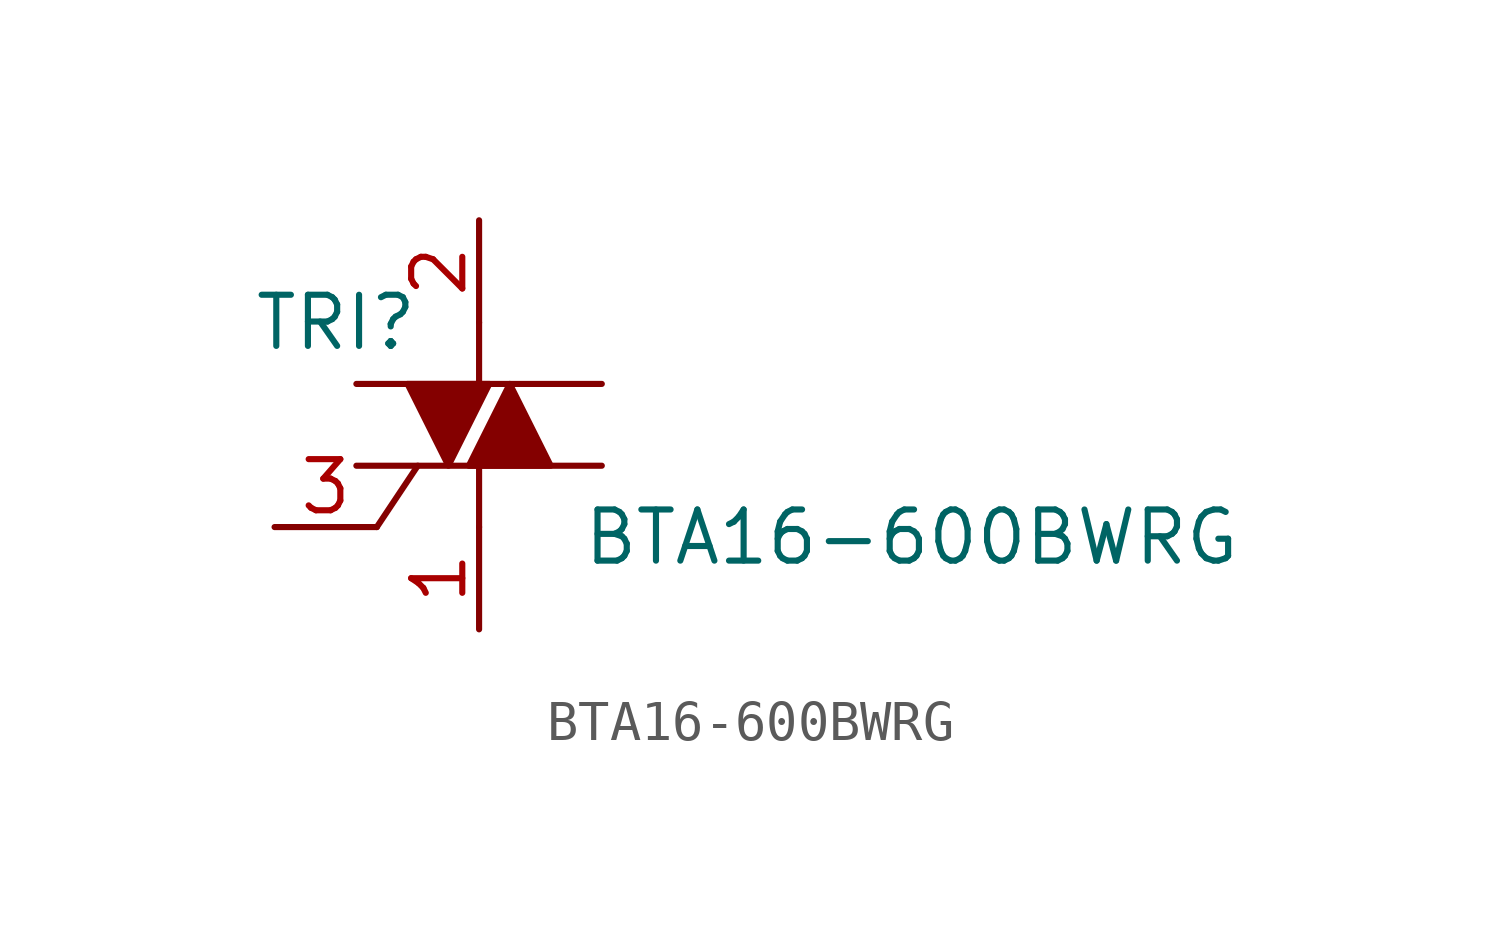
<source format=kicad_sym>
(kicad_symbol_lib
  (version 20220914)
  (generator kicad_symbol_editor)
  (symbol "BTA16-600BWRG"
    (pin_names
      (offset 0) hide)
    (property "Reference" "TRI"
      (at -3.556 2.54 0)
      (effects (font (size 1.27 1.27))))
    (property "Value" "BTA16-600BWRG"
      (at 2.54 -2.794 0)
      (effects (font (size 1.27 1.27)) (justify left)))
    (symbol "BTA16-600BWRG_0_1"
      (polyline (pts (xy -3.048 1.016) (xy 3.048 1.016)) (stroke (width 0) (type default)) (fill (type none)))
      (polyline (pts (xy -2.54 -2.54) (xy -1.524 -1.016)) (stroke (width 0) (type default)) (fill (type none)))
      (polyline (pts (xy 0 -2.54) (xy 0 -1.016)) (stroke (width 0) (type default)) (fill (type none)))
      (polyline (pts (xy 0 2.54) (xy 0 1.016)) (stroke (width 0) (type default)) (fill (type none)))
      (polyline (pts (xy 3.048 -1.016) (xy -3.048 -1.016)) (stroke (width 0) (type default)) (fill (type none)))
      (polyline (pts (xy -0.762 -1.016) (xy -1.778 1.016) (xy 0.254 1.016) (xy -0.762 -1.016)) (stroke (width 0) (type default)) (fill (type outline)))
      (polyline (pts (xy 0.762 1.016) (xy -0.254 -1.016) (xy 1.778 -1.016) (xy 0.762 1.016)) (stroke (width 0) (type default)) (fill (type outline))))
    (symbol "BTA16-600BWRG_1_1"
      (pin passive line (at 0 -5.08 90) (length 2.54) (name "A1" (effects (font (size 1.27 1.27)))) (number "1" (effects (font (size 1.27 1.27)))))
      (pin passive line (at 0 5.08 270) (length 2.54) (name "A2" (effects (font (size 1.27 1.27)))) (number "2" (effects (font (size 1.27 1.27)))))
      (pin input line (at -5.08 -2.54 0) (length 2.54) (name "G" (effects (font (size 1.27 1.27)))) (number "3" (effects (font (size 1.27 1.27))))))))
</source>
